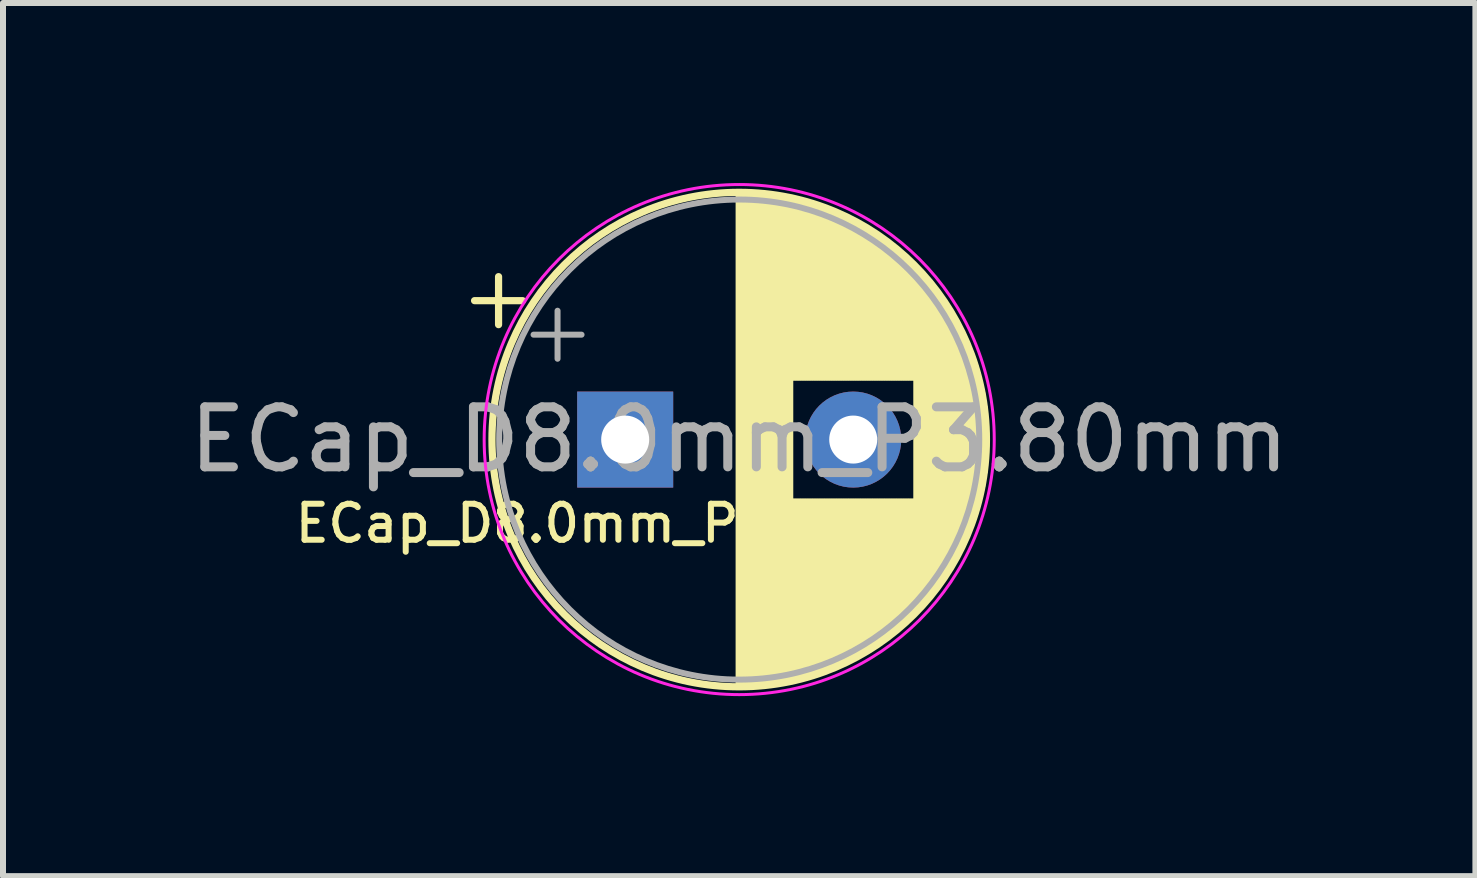
<source format=kicad_pcb>
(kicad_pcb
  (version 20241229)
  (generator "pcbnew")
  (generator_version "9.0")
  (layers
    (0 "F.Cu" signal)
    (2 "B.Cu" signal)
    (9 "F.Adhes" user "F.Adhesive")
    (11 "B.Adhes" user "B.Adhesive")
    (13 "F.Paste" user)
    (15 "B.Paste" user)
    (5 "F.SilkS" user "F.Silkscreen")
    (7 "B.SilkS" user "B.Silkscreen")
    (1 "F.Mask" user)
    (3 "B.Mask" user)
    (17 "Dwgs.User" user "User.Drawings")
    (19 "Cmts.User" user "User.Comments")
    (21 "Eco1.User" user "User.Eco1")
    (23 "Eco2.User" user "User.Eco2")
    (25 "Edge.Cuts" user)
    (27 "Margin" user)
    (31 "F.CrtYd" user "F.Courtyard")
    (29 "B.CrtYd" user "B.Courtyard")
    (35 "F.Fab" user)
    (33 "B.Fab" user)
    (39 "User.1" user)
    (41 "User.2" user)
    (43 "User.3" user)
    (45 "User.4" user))
  (footprint "ECap_D8.0mm_P3.80mm"
    (layer "F.Cu")
    (at 7.368 4.275)
    (property "Reference" "ECap_D8.0mm_P3.80mm" (at 0 1.397 0) (layer "F.SilkS") (effects (font (size 0.6 0.6) (thickness 0.1))))
    (attr through_hole)
    (fp_line (start -2.51 -2.315) (end -1.71 -2.315) (stroke (width 0.12) (type solid)) (layer "F.SilkS"))
    (fp_line (start -2.11 -2.715) (end -2.11 -1.915) (stroke (width 0.12) (type solid)) (layer "F.SilkS"))
    (fp_line (start 1.9 -4.08) (end 1.9 4.08) (stroke (width 0.12) (type solid)) (layer "F.SilkS"))
    (fp_line (start 1.94 -4.08) (end 1.94 4.08) (stroke (width 0.12) (type solid)) (layer "F.SilkS"))
    (fp_line (start 1.98 -4.08) (end 1.98 4.08) (stroke (width 0.12) (type solid)) (layer "F.SilkS"))
    (fp_line (start 2.02 -4.079) (end 2.02 4.079) (stroke (width 0.12) (type solid)) (layer "F.SilkS"))
    (fp_line (start 2.06 -4.077) (end 2.06 4.077) (stroke (width 0.12) (type solid)) (layer "F.SilkS"))
    (fp_line (start 2.1 -4.076) (end 2.1 4.076) (stroke (width 0.12) (type solid)) (layer "F.SilkS"))
    (fp_line (start 2.14 -4.074) (end 2.14 4.074) (stroke (width 0.12) (type solid)) (layer "F.SilkS"))
    (fp_line (start 2.18 -4.071) (end 2.18 4.071) (stroke (width 0.12) (type solid)) (layer "F.SilkS"))
    (fp_line (start 2.22 -4.068) (end 2.22 4.068) (stroke (width 0.12) (type solid)) (layer "F.SilkS"))
    (fp_line (start 2.26 -4.065) (end 2.26 4.065) (stroke (width 0.12) (type solid)) (layer "F.SilkS"))
    (fp_line (start 2.3 -4.061) (end 2.3 4.061) (stroke (width 0.12) (type solid)) (layer "F.SilkS"))
    (fp_line (start 2.34 -4.057) (end 2.34 4.057) (stroke (width 0.12) (type solid)) (layer "F.SilkS"))
    (fp_line (start 2.38 -4.052) (end 2.38 4.052) (stroke (width 0.12) (type solid)) (layer "F.SilkS"))
    (fp_line (start 2.42 -4.048) (end 2.42 4.048) (stroke (width 0.12) (type solid)) (layer "F.SilkS"))
    (fp_line (start 2.46 -4.042) (end 2.46 4.042) (stroke (width 0.12) (type solid)) (layer "F.SilkS"))
    (fp_line (start 2.5 -4.037) (end 2.5 4.037) (stroke (width 0.12) (type solid)) (layer "F.SilkS"))
    (fp_line (start 2.54 -4.03) (end 2.54 4.03) (stroke (width 0.12) (type solid)) (layer "F.SilkS"))
    (fp_line (start 2.58 -4.024) (end 2.58 4.024) (stroke (width 0.12) (type solid)) (layer "F.SilkS"))
    (fp_line (start 2.621 -4.017) (end 2.621 4.017) (stroke (width 0.12) (type solid)) (layer "F.SilkS"))
    (fp_line (start 2.661 -4.01) (end 2.661 4.01) (stroke (width 0.12) (type solid)) (layer "F.SilkS"))
    (fp_line (start 2.701 -4.002) (end 2.701 4.002) (stroke (width 0.12) (type solid)) (layer "F.SilkS"))
    (fp_line (start 2.741 -3.994) (end 2.741 3.994) (stroke (width 0.12) (type solid)) (layer "F.SilkS"))
    (fp_line (start 2.781 -3.985) (end 2.781 -1.04) (stroke (width 0.12) (type solid)) (layer "F.SilkS"))
    (fp_line (start 2.781 1.04) (end 2.781 3.985) (stroke (width 0.12) (type solid)) (layer "F.SilkS"))
    (fp_line (start 2.821 -3.976) (end 2.821 -1.04) (stroke (width 0.12) (type solid)) (layer "F.SilkS"))
    (fp_line (start 2.821 1.04) (end 2.821 3.976) (stroke (width 0.12) (type solid)) (layer "F.SilkS"))
    (fp_line (start 2.861 -3.967) (end 2.861 -1.04) (stroke (width 0.12) (type solid)) (layer "F.SilkS"))
    (fp_line (start 2.861 1.04) (end 2.861 3.967) (stroke (width 0.12) (type solid)) (layer "F.SilkS"))
    (fp_line (start 2.901 -3.957) (end 2.901 -1.04) (stroke (width 0.12) (type solid)) (layer "F.SilkS"))
    (fp_line (start 2.901 1.04) (end 2.901 3.957) (stroke (width 0.12) (type solid)) (layer "F.SilkS"))
    (fp_line (start 2.941 -3.947) (end 2.941 -1.04) (stroke (width 0.12) (type solid)) (layer "F.SilkS"))
    (fp_line (start 2.941 1.04) (end 2.941 3.947) (stroke (width 0.12) (type solid)) (layer "F.SilkS"))
    (fp_line (start 2.981 -3.936) (end 2.981 -1.04) (stroke (width 0.12) (type solid)) (layer "F.SilkS"))
    (fp_line (start 2.981 1.04) (end 2.981 3.936) (stroke (width 0.12) (type solid)) (layer "F.SilkS"))
    (fp_line (start 3.021 -3.925) (end 3.021 -1.04) (stroke (width 0.12) (type solid)) (layer "F.SilkS"))
    (fp_line (start 3.021 1.04) (end 3.021 3.925) (stroke (width 0.12) (type solid)) (layer "F.SilkS"))
    (fp_line (start 3.061 -3.914) (end 3.061 -1.04) (stroke (width 0.12) (type solid)) (layer "F.SilkS"))
    (fp_line (start 3.061 1.04) (end 3.061 3.914) (stroke (width 0.12) (type solid)) (layer "F.SilkS"))
    (fp_line (start 3.101 -3.902) (end 3.101 -1.04) (stroke (width 0.12) (type solid)) (layer "F.SilkS"))
    (fp_line (start 3.101 1.04) (end 3.101 3.902) (stroke (width 0.12) (type solid)) (layer "F.SilkS"))
    (fp_line (start 3.141 -3.889) (end 3.141 -1.04) (stroke (width 0.12) (type solid)) (layer "F.SilkS"))
    (fp_line (start 3.141 1.04) (end 3.141 3.889) (stroke (width 0.12) (type solid)) (layer "F.SilkS"))
    (fp_line (start 3.181 -3.877) (end 3.181 -1.04) (stroke (width 0.12) (type solid)) (layer "F.SilkS"))
    (fp_line (start 3.181 1.04) (end 3.181 3.877) (stroke (width 0.12) (type solid)) (layer "F.SilkS"))
    (fp_line (start 3.221 -3.863) (end 3.221 -1.04) (stroke (width 0.12) (type solid)) (layer "F.SilkS"))
    (fp_line (start 3.221 1.04) (end 3.221 3.863) (stroke (width 0.12) (type solid)) (layer "F.SilkS"))
    (fp_line (start 3.261 -3.85) (end 3.261 -1.04) (stroke (width 0.12) (type solid)) (layer "F.SilkS"))
    (fp_line (start 3.261 1.04) (end 3.261 3.85) (stroke (width 0.12) (type solid)) (layer "F.SilkS"))
    (fp_line (start 3.301 -3.835) (end 3.301 -1.04) (stroke (width 0.12) (type solid)) (layer "F.SilkS"))
    (fp_line (start 3.301 1.04) (end 3.301 3.835) (stroke (width 0.12) (type solid)) (layer "F.SilkS"))
    (fp_line (start 3.341 -3.821) (end 3.341 -1.04) (stroke (width 0.12) (type solid)) (layer "F.SilkS"))
    (fp_line (start 3.341 1.04) (end 3.341 3.821) (stroke (width 0.12) (type solid)) (layer "F.SilkS"))
    (fp_line (start 3.381 -3.805) (end 3.381 -1.04) (stroke (width 0.12) (type solid)) (layer "F.SilkS"))
    (fp_line (start 3.381 1.04) (end 3.381 3.805) (stroke (width 0.12) (type solid)) (layer "F.SilkS"))
    (fp_line (start 3.421 -3.79) (end 3.421 -1.04) (stroke (width 0.12) (type solid)) (layer "F.SilkS"))
    (fp_line (start 3.421 1.04) (end 3.421 3.79) (stroke (width 0.12) (type solid)) (layer "F.SilkS"))
    (fp_line (start 3.461 -3.774) (end 3.461 -1.04) (stroke (width 0.12) (type solid)) (layer "F.SilkS"))
    (fp_line (start 3.461 1.04) (end 3.461 3.774) (stroke (width 0.12) (type solid)) (layer "F.SilkS"))
    (fp_line (start 3.501 -3.757) (end 3.501 -1.04) (stroke (width 0.12) (type solid)) (layer "F.SilkS"))
    (fp_line (start 3.501 1.04) (end 3.501 3.757) (stroke (width 0.12) (type solid)) (layer "F.SilkS"))
    (fp_line (start 3.541 -3.74) (end 3.541 -1.04) (stroke (width 0.12) (type solid)) (layer "F.SilkS"))
    (fp_line (start 3.541 1.04) (end 3.541 3.74) (stroke (width 0.12) (type solid)) (layer "F.SilkS"))
    (fp_line (start 3.581 -3.722) (end 3.581 -1.04) (stroke (width 0.12) (type solid)) (layer "F.SilkS"))
    (fp_line (start 3.581 1.04) (end 3.581 3.722) (stroke (width 0.12) (type solid)) (layer "F.SilkS"))
    (fp_line (start 3.621 -3.704) (end 3.621 -1.04) (stroke (width 0.12) (type solid)) (layer "F.SilkS"))
    (fp_line (start 3.621 1.04) (end 3.621 3.704) (stroke (width 0.12) (type solid)) (layer "F.SilkS"))
    (fp_line (start 3.661 -3.686) (end 3.661 -1.04) (stroke (width 0.12) (type solid)) (layer "F.SilkS"))
    (fp_line (start 3.661 1.04) (end 3.661 3.686) (stroke (width 0.12) (type solid)) (layer "F.SilkS"))
    (fp_line (start 3.701 -3.666) (end 3.701 -1.04) (stroke (width 0.12) (type solid)) (layer "F.SilkS"))
    (fp_line (start 3.701 1.04) (end 3.701 3.666) (stroke (width 0.12) (type solid)) (layer "F.SilkS"))
    (fp_line (start 3.741 -3.647) (end 3.741 -1.04) (stroke (width 0.12) (type solid)) (layer "F.SilkS"))
    (fp_line (start 3.741 1.04) (end 3.741 3.647) (stroke (width 0.12) (type solid)) (layer "F.SilkS"))
    (fp_line (start 3.781 -3.627) (end 3.781 -1.04) (stroke (width 0.12) (type solid)) (layer "F.SilkS"))
    (fp_line (start 3.781 1.04) (end 3.781 3.627) (stroke (width 0.12) (type solid)) (layer "F.SilkS"))
    (fp_line (start 3.821 -3.606) (end 3.821 -1.04) (stroke (width 0.12) (type solid)) (layer "F.SilkS"))
    (fp_line (start 3.821 1.04) (end 3.821 3.606) (stroke (width 0.12) (type solid)) (layer "F.SilkS"))
    (fp_line (start 3.861 -3.584) (end 3.861 -1.04) (stroke (width 0.12) (type solid)) (layer "F.SilkS"))
    (fp_line (start 3.861 1.04) (end 3.861 3.584) (stroke (width 0.12) (type solid)) (layer "F.SilkS"))
    (fp_line (start 3.901 -3.562) (end 3.901 -1.04) (stroke (width 0.12) (type solid)) (layer "F.SilkS"))
    (fp_line (start 3.901 1.04) (end 3.901 3.562) (stroke (width 0.12) (type solid)) (layer "F.SilkS"))
    (fp_line (start 3.941 -3.54) (end 3.941 -1.04) (stroke (width 0.12) (type solid)) (layer "F.SilkS"))
    (fp_line (start 3.941 1.04) (end 3.941 3.54) (stroke (width 0.12) (type solid)) (layer "F.SilkS"))
    (fp_line (start 3.981 -3.517) (end 3.981 -1.04) (stroke (width 0.12) (type solid)) (layer "F.SilkS"))
    (fp_line (start 3.981 1.04) (end 3.981 3.517) (stroke (width 0.12) (type solid)) (layer "F.SilkS"))
    (fp_line (start 4.021 -3.493) (end 4.021 -1.04) (stroke (width 0.12) (type solid)) (layer "F.SilkS"))
    (fp_line (start 4.021 1.04) (end 4.021 3.493) (stroke (width 0.12) (type solid)) (layer "F.SilkS"))
    (fp_line (start 4.061 -3.469) (end 4.061 -1.04) (stroke (width 0.12) (type solid)) (layer "F.SilkS"))
    (fp_line (start 4.061 1.04) (end 4.061 3.469) (stroke (width 0.12) (type solid)) (layer "F.SilkS"))
    (fp_line (start 4.101 -3.444) (end 4.101 -1.04) (stroke (width 0.12) (type solid)) (layer "F.SilkS"))
    (fp_line (start 4.101 1.04) (end 4.101 3.444) (stroke (width 0.12) (type solid)) (layer "F.SilkS"))
    (fp_line (start 4.141 -3.418) (end 4.141 -1.04) (stroke (width 0.12) (type solid)) (layer "F.SilkS"))
    (fp_line (start 4.141 1.04) (end 4.141 3.418) (stroke (width 0.12) (type solid)) (layer "F.SilkS"))
    (fp_line (start 4.181 -3.392) (end 4.181 -1.04) (stroke (width 0.12) (type solid)) (layer "F.SilkS"))
    (fp_line (start 4.181 1.04) (end 4.181 3.392) (stroke (width 0.12) (type solid)) (layer "F.SilkS"))
    (fp_line (start 4.221 -3.365) (end 4.221 -1.04) (stroke (width 0.12) (type solid)) (layer "F.SilkS"))
    (fp_line (start 4.221 1.04) (end 4.221 3.365) (stroke (width 0.12) (type solid)) (layer "F.SilkS"))
    (fp_line (start 4.261 -3.338) (end 4.261 -1.04) (stroke (width 0.12) (type solid)) (layer "F.SilkS"))
    (fp_line (start 4.261 1.04) (end 4.261 3.338) (stroke (width 0.12) (type solid)) (layer "F.SilkS"))
    (fp_line (start 4.301 -3.309) (end 4.301 -1.04) (stroke (width 0.12) (type solid)) (layer "F.SilkS"))
    (fp_line (start 4.301 1.04) (end 4.301 3.309) (stroke (width 0.12) (type solid)) (layer "F.SilkS"))
    (fp_line (start 4.341 -3.28) (end 4.341 -1.04) (stroke (width 0.12) (type solid)) (layer "F.SilkS"))
    (fp_line (start 4.341 1.04) (end 4.341 3.28) (stroke (width 0.12) (type solid)) (layer "F.SilkS"))
    (fp_line (start 4.381 -3.25) (end 4.381 -1.04) (stroke (width 0.12) (type solid)) (layer "F.SilkS"))
    (fp_line (start 4.381 1.04) (end 4.381 3.25) (stroke (width 0.12) (type solid)) (layer "F.SilkS"))
    (fp_line (start 4.421 -3.22) (end 4.421 -1.04) (stroke (width 0.12) (type solid)) (layer "F.SilkS"))
    (fp_line (start 4.421 1.04) (end 4.421 3.22) (stroke (width 0.12) (type solid)) (layer "F.SilkS"))
    (fp_line (start 4.461 -3.189) (end 4.461 -1.04) (stroke (width 0.12) (type solid)) (layer "F.SilkS"))
    (fp_line (start 4.461 1.04) (end 4.461 3.189) (stroke (width 0.12) (type solid)) (layer "F.SilkS"))
    (fp_line (start 4.501 -3.156) (end 4.501 -1.04) (stroke (width 0.12) (type solid)) (layer "F.SilkS"))
    (fp_line (start 4.501 1.04) (end 4.501 3.156) (stroke (width 0.12) (type solid)) (layer "F.SilkS"))
    (fp_line (start 4.541 -3.124) (end 4.541 -1.04) (stroke (width 0.12) (type solid)) (layer "F.SilkS"))
    (fp_line (start 4.541 1.04) (end 4.541 3.124) (stroke (width 0.12) (type solid)) (layer "F.SilkS"))
    (fp_line (start 4.581 -3.09) (end 4.581 -1.04) (stroke (width 0.12) (type solid)) (layer "F.SilkS"))
    (fp_line (start 4.581 1.04) (end 4.581 3.09) (stroke (width 0.12) (type solid)) (layer "F.SilkS"))
    (fp_line (start 4.621 -3.055) (end 4.621 -1.04) (stroke (width 0.12) (type solid)) (layer "F.SilkS"))
    (fp_line (start 4.621 1.04) (end 4.621 3.055) (stroke (width 0.12) (type solid)) (layer "F.SilkS"))
    (fp_line (start 4.661 -3.019) (end 4.661 -1.04) (stroke (width 0.12) (type solid)) (layer "F.SilkS"))
    (fp_line (start 4.661 1.04) (end 4.661 3.019) (stroke (width 0.12) (type solid)) (layer "F.SilkS"))
    (fp_line (start 4.701 -2.983) (end 4.701 -1.04) (stroke (width 0.12) (type solid)) (layer "F.SilkS"))
    (fp_line (start 4.701 1.04) (end 4.701 2.983) (stroke (width 0.12) (type solid)) (layer "F.SilkS"))
    (fp_line (start 4.741 -2.945) (end 4.741 -1.04) (stroke (width 0.12) (type solid)) (layer "F.SilkS"))
    (fp_line (start 4.741 1.04) (end 4.741 2.945) (stroke (width 0.12) (type solid)) (layer "F.SilkS"))
    (fp_line (start 4.781 -2.907) (end 4.781 -1.04) (stroke (width 0.12) (type solid)) (layer "F.SilkS"))
    (fp_line (start 4.781 1.04) (end 4.781 2.907) (stroke (width 0.12) (type solid)) (layer "F.SilkS"))
    (fp_line (start 4.821 -2.867) (end 4.821 -1.04) (stroke (width 0.12) (type solid)) (layer "F.SilkS"))
    (fp_line (start 4.821 1.04) (end 4.821 2.867) (stroke (width 0.12) (type solid)) (layer "F.SilkS"))
    (fp_line (start 4.861 -2.826) (end 4.861 2.826) (stroke (width 0.12) (type solid)) (layer "F.SilkS"))
    (fp_line (start 4.901 -2.784) (end 4.901 2.784) (stroke (width 0.12) (type solid)) (layer "F.SilkS"))
    (fp_line (start 4.941 -2.741) (end 4.941 2.741) (stroke (width 0.12) (type solid)) (layer "F.SilkS"))
    (fp_line (start 4.981 -2.697) (end 4.981 2.697) (stroke (width 0.12) (type solid)) (layer "F.SilkS"))
    (fp_line (start 5.021 -2.651) (end 5.021 2.651) (stroke (width 0.12) (type solid)) (layer "F.SilkS"))
    (fp_line (start 5.061 -2.604) (end 5.061 2.604) (stroke (width 0.12) (type solid)) (layer "F.SilkS"))
    (fp_line (start 5.101 -2.556) (end 5.101 2.556) (stroke (width 0.12) (type solid)) (layer "F.SilkS"))
    (fp_line (start 5.141 -2.505) (end 5.141 2.505) (stroke (width 0.12) (type solid)) (layer "F.SilkS"))
    (fp_line (start 5.181 -2.454) (end 5.181 2.454) (stroke (width 0.12) (type solid)) (layer "F.SilkS"))
    (fp_line (start 5.221 -2.4) (end 5.221 2.4) (stroke (width 0.12) (type solid)) (layer "F.SilkS"))
    (fp_line (start 5.261 -2.345) (end 5.261 2.345) (stroke (width 0.12) (type solid)) (layer "F.SilkS"))
    (fp_line (start 5.301 -2.287) (end 5.301 2.287) (stroke (width 0.12) (type solid)) (layer "F.SilkS"))
    (fp_line (start 5.341 -2.228) (end 5.341 2.228) (stroke (width 0.12) (type solid)) (layer "F.SilkS"))
    (fp_line (start 5.381 -2.166) (end 5.381 2.166) (stroke (width 0.12) (type solid)) (layer "F.SilkS"))
    (fp_line (start 5.421 -2.102) (end 5.421 2.102) (stroke (width 0.12) (type solid)) (layer "F.SilkS"))
    (fp_line (start 5.461 -2.034) (end 5.461 2.034) (stroke (width 0.12) (type solid)) (layer "F.SilkS"))
    (fp_line (start 5.501 -1.964) (end 5.501 1.964) (stroke (width 0.12) (type solid)) (layer "F.SilkS"))
    (fp_line (start 5.541 -1.89) (end 5.541 1.89) (stroke (width 0.12) (type solid)) (layer "F.SilkS"))
    (fp_line (start 5.581 -1.813) (end 5.581 1.813) (stroke (width 0.12) (type solid)) (layer "F.SilkS"))
    (fp_line (start 5.621 -1.731) (end 5.621 1.731) (stroke (width 0.12) (type solid)) (layer "F.SilkS"))
    (fp_line (start 5.661 -1.645) (end 5.661 1.645) (stroke (width 0.12) (type solid)) (layer "F.SilkS"))
    (fp_line (start 5.701 -1.552) (end 5.701 1.552) (stroke (width 0.12) (type solid)) (layer "F.SilkS"))
    (fp_line (start 5.741 -1.453) (end 5.741 1.453) (stroke (width 0.12) (type solid)) (layer "F.SilkS"))
    (fp_line (start 5.781 -1.346) (end 5.781 1.346) (stroke (width 0.12) (type solid)) (layer "F.SilkS"))
    (fp_line (start 5.821 -1.229) (end 5.821 1.229) (stroke (width 0.12) (type solid)) (layer "F.SilkS"))
    (fp_line (start 5.861 -1.098) (end 5.861 1.098) (stroke (width 0.12) (type solid)) (layer "F.SilkS"))
    (fp_line (start 5.901 -0.948) (end 5.901 0.948) (stroke (width 0.12) (type solid)) (layer "F.SilkS"))
    (fp_line (start 5.941 -0.768) (end 5.941 0.768) (stroke (width 0.12) (type solid)) (layer "F.SilkS"))
    (fp_line (start 5.981 -0.533) (end 5.981 0.533) (stroke (width 0.12) (type solid)) (layer "F.SilkS"))
    (fp_circle (center 1.9 0) (end 6.02 0) (stroke (width 0.12) (type solid)) (fill no) (layer "F.SilkS"))
    (fp_circle (center 1.9 0) (end 6.15 0) (stroke (width 0.05) (type solid)) (fill no) (layer "F.CrtYd"))
    (fp_line (start -1.527 -1.748) (end -0.727 -1.748) (stroke (width 0.1) (type solid)) (layer "F.Fab"))
    (fp_line (start -1.127 -2.147) (end -1.127 -1.347) (stroke (width 0.1) (type solid)) (layer "F.Fab"))
    (fp_circle (center 1.9 0) (end 5.9 0) (stroke (width 0.1) (type solid)) (fill no) (layer "F.Fab"))
    (fp_text user "${REFERENCE}" (at 1.9 0 0) (layer "F.Fab") (effects (font (size 1 1) (thickness 0.15))))
    (pad "1" thru_hole rect (at 0 0) (size 1.6 1.6) (drill 0.8) (layers "*.Cu" "*.Mask"))
    (pad "2" thru_hole circle (at 3.8 0) (size 1.6 1.6) (drill 0.8) (layers "*.Cu" "*.Mask")))
  (gr_rect
    (start -3 -3)
    (end 21.536 11.55)
    (stroke (width 0.1) (type default))
    (fill no)
    (layer "Edge.Cuts")))
</source>
